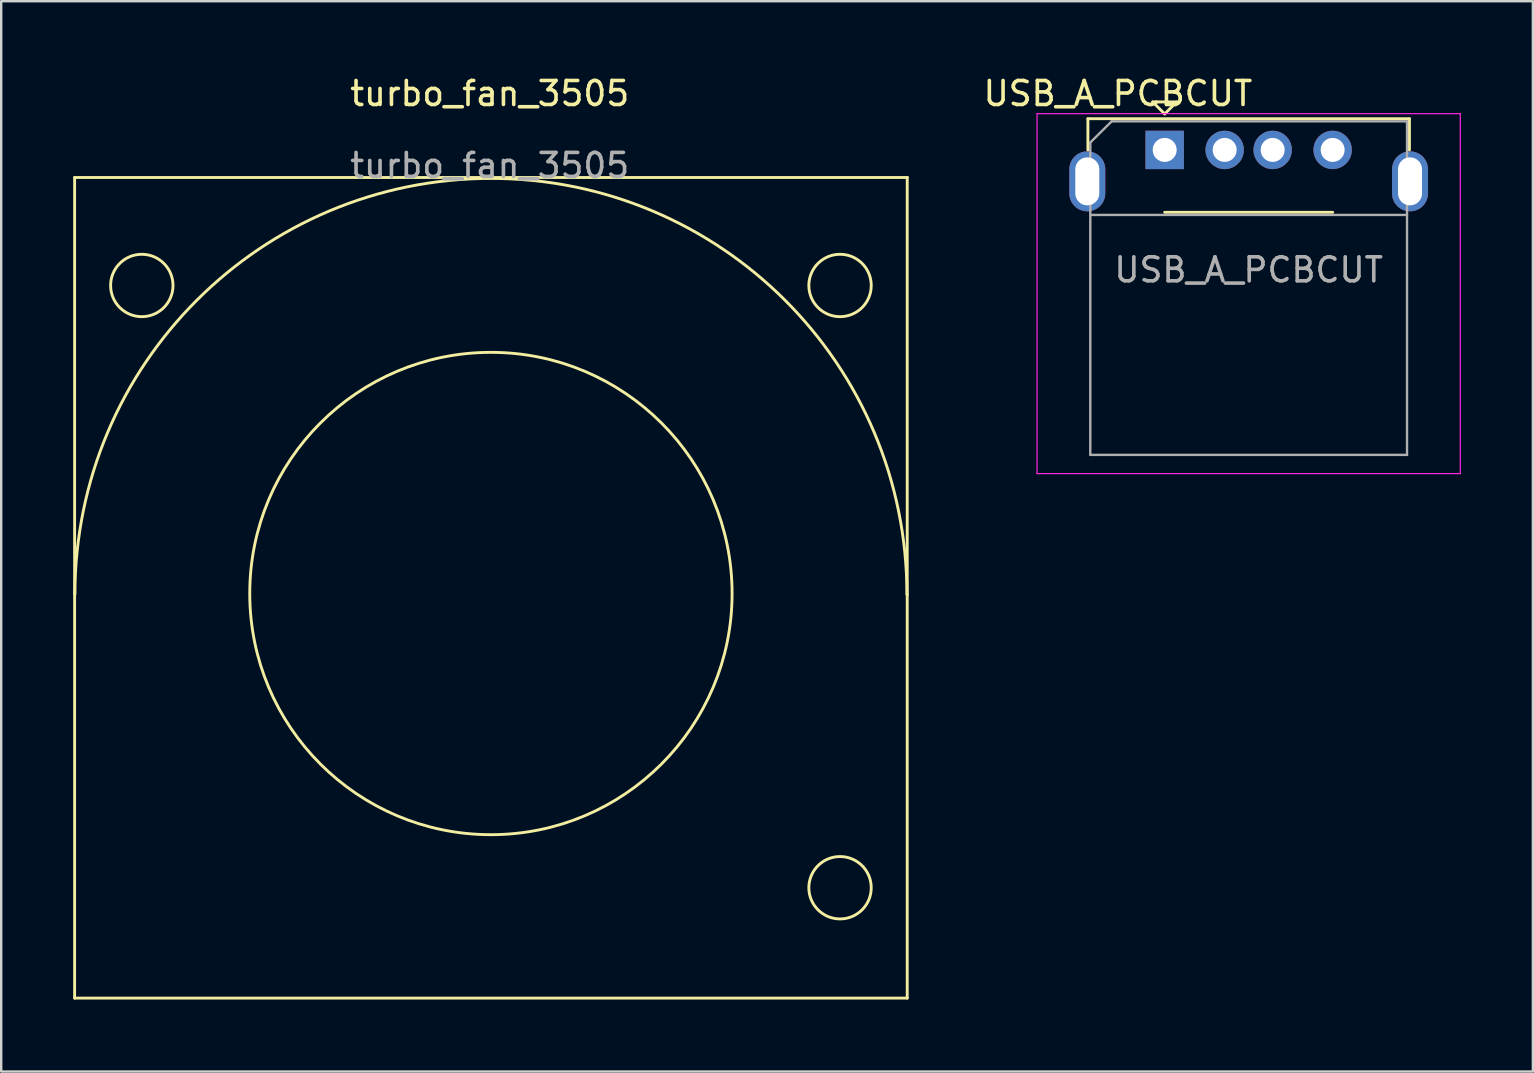
<source format=kicad_pcb>
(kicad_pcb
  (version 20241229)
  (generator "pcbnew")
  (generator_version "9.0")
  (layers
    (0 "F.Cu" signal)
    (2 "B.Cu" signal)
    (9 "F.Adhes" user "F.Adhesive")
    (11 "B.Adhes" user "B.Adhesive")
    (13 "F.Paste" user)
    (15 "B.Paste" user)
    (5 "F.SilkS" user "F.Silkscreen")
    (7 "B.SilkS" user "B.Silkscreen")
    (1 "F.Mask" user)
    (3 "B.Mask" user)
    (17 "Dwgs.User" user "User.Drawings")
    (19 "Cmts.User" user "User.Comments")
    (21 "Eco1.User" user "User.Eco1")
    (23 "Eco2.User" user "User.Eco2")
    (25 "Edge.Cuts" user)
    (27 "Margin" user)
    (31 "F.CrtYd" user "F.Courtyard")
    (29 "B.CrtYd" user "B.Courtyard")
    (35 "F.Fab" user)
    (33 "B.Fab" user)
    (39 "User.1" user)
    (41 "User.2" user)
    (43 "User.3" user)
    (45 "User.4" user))
  (footprint "turbo_fan_3505"
    (layer "F.Cu")
    (at 17.36 1.348)
    (property "Reference" "turbo_fan_3505" (at 0 -0.5 0) (unlocked yes) (layer "F.SilkS") (effects (font (size 1 1) (thickness 0.15))))
    (attr through_hole)
    (fp_line (start -17.3 3) (end 0 3) (stroke (width 0.12) (type solid)) (layer "F.SilkS"))
    (fp_line (start -17.3 20.3) (end -17.3 3) (stroke (width 0.12) (type solid)) (layer "F.SilkS"))
    (fp_line (start -17.3 37.2) (end -17.3 20.3) (stroke (width 0.12) (type solid)) (layer "F.SilkS"))
    (fp_line (start 0 3) (end 17.4 3) (stroke (width 0.12) (type solid)) (layer "F.SilkS"))
    (fp_line (start 17.4 3) (end 17.4 3) (stroke (width 0.12) (type solid)) (layer "F.SilkS"))
    (fp_line (start 17.4 3) (end 17.4 20.4) (stroke (width 0.12) (type solid)) (layer "F.SilkS"))
    (fp_line (start 17.4 20.4) (end 17.4 37.2) (stroke (width 0.12) (type solid)) (layer "F.SilkS"))
    (fp_line (start 17.4 37.2) (end -17.3 37.2) (stroke (width 0.12) (type solid)) (layer "F.SilkS"))
    (fp_arc (start -17.287566 20.37581) (mid 0.05 3) (end 17.38762 20.375755) (stroke (width 0.12) (type solid)) (layer "F.SilkS"))
    (fp_circle (center -14.5 7.5) (end -13.2 7.5) (stroke (width 0.12) (type solid)) (fill no) (layer "F.SilkS"))
    (fp_circle (center 0.05 20.338) (end -10 20.2) (stroke (width 0.12) (type solid)) (fill no) (layer "F.SilkS"))
    (fp_circle (center 14.6 7.5) (end 15.9 7.5) (stroke (width 0.12) (type solid)) (fill no) (layer "F.SilkS"))
    (fp_circle (center 14.6 32.6) (end 15.9 32.6) (stroke (width 0.12) (type solid)) (fill no) (layer "F.SilkS"))
    (fp_text user "${REFERENCE}" (at 0 2.5 0) (unlocked yes) (layer "F.Fab") (effects (font (size 1 1) (thickness 0.15)))))
  (footprint "USB_A_PCBCUT"
    (layer "F.Cu")
    (at 45.49 3.198)
    (property "Reference" "USB_A_PCBCUT" (at -1.95 -2.35 0) (layer "F.SilkS") (effects (font (size 1 1) (thickness 0.15))))
    (attr through_hole)
    (fp_line (start -3.2 -1.3) (end -3.2 0) (stroke (width 0.12) (type solid)) (layer "F.SilkS"))
    (fp_line (start -3.2 -1.3) (end 10.2 -1.3) (stroke (width 0.12) (type solid)) (layer "F.SilkS"))
    (fp_line (start -0.5 -2) (end 0 -1.5) (stroke (width 0.12) (type solid)) (layer "F.SilkS"))
    (fp_line (start 0 -1.5) (end 0.5 -2) (stroke (width 0.12) (type solid)) (layer "F.SilkS"))
    (fp_line (start 0 2.6) (end 7 2.6) (stroke (width 0.12) (type solid)) (layer "F.SilkS"))
    (fp_line (start 0.5 -2) (end -0.5 -2) (stroke (width 0.12) (type solid)) (layer "F.SilkS"))
    (fp_line (start 10.2 0) (end 10.2 -1.3) (stroke (width 0.12) (type solid)) (layer "F.SilkS"))
    (fp_line (start -5.32 -1.51) (end -5.32 13.49) (stroke (width 0.05) (type solid)) (layer "F.CrtYd"))
    (fp_line (start -5.32 -1.51) (end 12.32 -1.51) (stroke (width 0.05) (type solid)) (layer "F.CrtYd"))
    (fp_line (start 12.32 -1.51) (end 12.32 13.49) (stroke (width 0.05) (type solid)) (layer "F.CrtYd"))
    (fp_line (start 12.32 13.49) (end -5.32 13.49) (stroke (width 0.05) (type solid)) (layer "F.CrtYd"))
    (fp_line (start -3.1 -0.31) (end -3.1 12.71) (stroke (width 0.1) (type solid)) (layer "F.Fab"))
    (fp_line (start -3.1 2.71) (end 10.1 2.71) (stroke (width 0.1) (type solid)) (layer "F.Fab"))
    (fp_line (start -3.1 12.71) (end 10.1 12.71) (stroke (width 0.1) (type solid)) (layer "F.Fab"))
    (fp_line (start -2.21 -1.19) (end -3.1 -0.31) (stroke (width 0.1) (type solid)) (layer "F.Fab"))
    (fp_line (start -2.21 -1.19) (end 10.1 -1.19) (stroke (width 0.1) (type solid)) (layer "F.Fab"))
    (fp_line (start 10.1 -1.19) (end 10.1 12.71) (stroke (width 0.1) (type solid)) (layer "F.Fab"))
    (fp_text user "${REFERENCE}" (at 3.5 5 0) (layer "F.Fab") (effects (font (size 1 1) (thickness 0.15))))
    (pad "1" thru_hole rect (at 0 0) (size 1.6 1.6) (drill 1) (layers "*.Cu" "*.Mask"))
    (pad "2" thru_hole circle (at 2.5 0) (size 1.6 1.6) (drill 1) (layers "*.Cu" "*.Mask"))
    (pad "3" thru_hole circle (at 4.5 0) (size 1.6 1.6) (drill 1) (layers "*.Cu" "*.Mask"))
    (pad "4" thru_hole circle (at 7 0) (size 1.6 1.6) (drill 1) (layers "*.Cu" "*.Mask"))
    (pad "5" thru_hole oval (at -3.225 1.31) (size 1.5 2.5) (drill oval 1 2) (layers "*.Cu" "*.Mask"))
    (pad "5" thru_hole oval (at 10.225 1.31) (size 1.5 2.5) (drill oval 1 2) (layers "*.Cu" "*.Mask")))
  (gr_rect
    (start -3 -3)
    (end 60.835 41.608)
    (stroke (width 0.1) (type default))
    (fill no)
    (layer "Edge.Cuts")))
</source>
